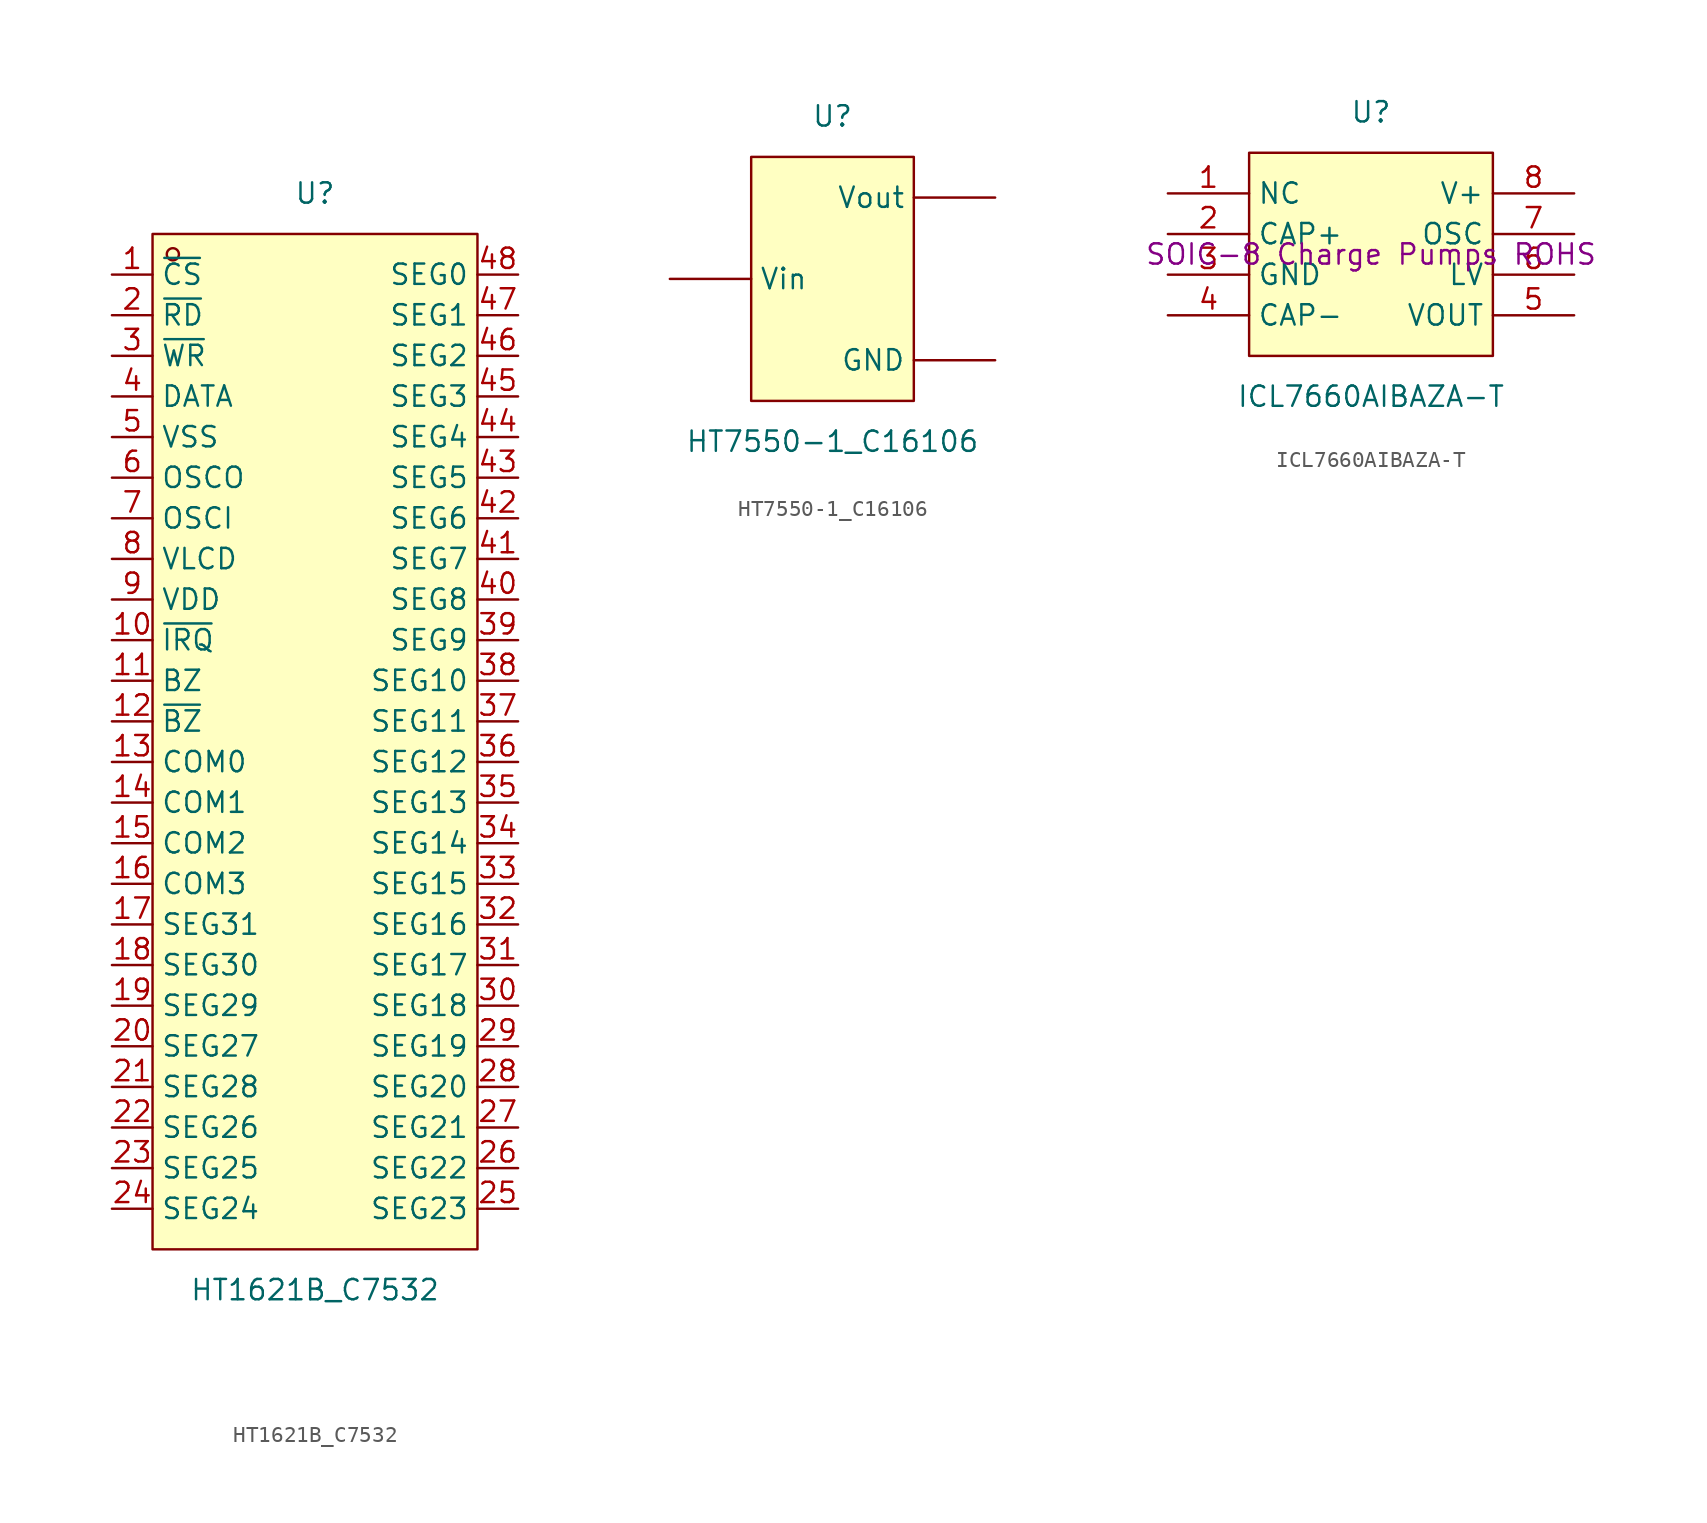
<source format=kicad_sym>
(kicad_symbol_lib
  (version 20241209)
  (generator "kicad_symbol_editor")
  (generator_version "9.0")
  (symbol "HT1621B_C7532"
    (property "Reference" "U"
      (at 0 34.29 0)
      (effects (font (size 1.27 1.27))))
    (property "Value" "HT1621B_C7532"
      (at 0 -34.29 0)
      (effects (font (size 1.27 1.27))))
    (symbol "HT1621B_C7532_0_1"
      (rectangle (start -10.16 31.75) (end 10.16 -31.75) (stroke (width 0) (type default)) (fill (type background)))
      (circle (center -8.89 30.48) (radius 0.38) (stroke (width 0) (type default)) (fill (type none)))
      (pin unspecified line (at -12.7 29.21 0) (length 2.54) (name "~{CS}" (effects (font (size 1.27 1.27)))) (number "1" (effects (font (size 1.27 1.27)))))
      (pin unspecified line (at -12.7 26.67 0) (length 2.54) (name "~{RD}" (effects (font (size 1.27 1.27)))) (number "2" (effects (font (size 1.27 1.27)))))
      (pin unspecified line (at -12.7 24.13 0) (length 2.54) (name "~{WR}" (effects (font (size 1.27 1.27)))) (number "3" (effects (font (size 1.27 1.27)))))
      (pin unspecified line (at -12.7 21.59 0) (length 2.54) (name "DATA" (effects (font (size 1.27 1.27)))) (number "4" (effects (font (size 1.27 1.27)))))
      (pin unspecified line (at -12.7 19.05 0) (length 2.54) (name "VSS" (effects (font (size 1.27 1.27)))) (number "5" (effects (font (size 1.27 1.27)))))
      (pin unspecified line (at -12.7 16.51 0) (length 2.54) (name "OSCO" (effects (font (size 1.27 1.27)))) (number "6" (effects (font (size 1.27 1.27)))))
      (pin unspecified line (at -12.7 13.97 0) (length 2.54) (name "OSCI" (effects (font (size 1.27 1.27)))) (number "7" (effects (font (size 1.27 1.27)))))
      (pin unspecified line (at -12.7 11.43 0) (length 2.54) (name "VLCD" (effects (font (size 1.27 1.27)))) (number "8" (effects (font (size 1.27 1.27)))))
      (pin unspecified line (at -12.7 8.89 0) (length 2.54) (name "VDD" (effects (font (size 1.27 1.27)))) (number "9" (effects (font (size 1.27 1.27)))))
      (pin unspecified line (at -12.7 6.35 0) (length 2.54) (name "~{IRQ}" (effects (font (size 1.27 1.27)))) (number "10" (effects (font (size 1.27 1.27)))))
      (pin unspecified line (at -12.7 3.81 0) (length 2.54) (name "BZ" (effects (font (size 1.27 1.27)))) (number "11" (effects (font (size 1.27 1.27)))))
      (pin unspecified line (at -12.7 1.27 0) (length 2.54) (name "~{BZ}" (effects (font (size 1.27 1.27)))) (number "12" (effects (font (size 1.27 1.27)))))
      (pin unspecified line (at -12.7 -1.27 0) (length 2.54) (name "COM0" (effects (font (size 1.27 1.27)))) (number "13" (effects (font (size 1.27 1.27)))))
      (pin unspecified line (at -12.7 -3.81 0) (length 2.54) (name "COM1" (effects (font (size 1.27 1.27)))) (number "14" (effects (font (size 1.27 1.27)))))
      (pin unspecified line (at -12.7 -6.35 0) (length 2.54) (name "COM2" (effects (font (size 1.27 1.27)))) (number "15" (effects (font (size 1.27 1.27)))))
      (pin unspecified line (at -12.7 -8.89 0) (length 2.54) (name "COM3" (effects (font (size 1.27 1.27)))) (number "16" (effects (font (size 1.27 1.27)))))
      (pin unspecified line (at -12.7 -11.43 0) (length 2.54) (name "SEG31" (effects (font (size 1.27 1.27)))) (number "17" (effects (font (size 1.27 1.27)))))
      (pin unspecified line (at -12.7 -13.97 0) (length 2.54) (name "SEG30" (effects (font (size 1.27 1.27)))) (number "18" (effects (font (size 1.27 1.27)))))
      (pin unspecified line (at -12.7 -16.51 0) (length 2.54) (name "SEG29" (effects (font (size 1.27 1.27)))) (number "19" (effects (font (size 1.27 1.27)))))
      (pin unspecified line (at -12.7 -19.05 0) (length 2.54) (name "SEG27" (effects (font (size 1.27 1.27)))) (number "20" (effects (font (size 1.27 1.27)))))
      (pin unspecified line (at -12.7 -21.59 0) (length 2.54) (name "SEG28" (effects (font (size 1.27 1.27)))) (number "21" (effects (font (size 1.27 1.27)))))
      (pin unspecified line (at -12.7 -24.13 0) (length 2.54) (name "SEG26" (effects (font (size 1.27 1.27)))) (number "22" (effects (font (size 1.27 1.27)))))
      (pin unspecified line (at -12.7 -26.67 0) (length 2.54) (name "SEG25" (effects (font (size 1.27 1.27)))) (number "23" (effects (font (size 1.27 1.27)))))
      (pin unspecified line (at -12.7 -29.21 0) (length 2.54) (name "SEG24" (effects (font (size 1.27 1.27)))) (number "24" (effects (font (size 1.27 1.27)))))
      (pin unspecified line (at 12.7 29.21 180) (length 2.54) (name "SEG0" (effects (font (size 1.27 1.27)))) (number "48" (effects (font (size 1.27 1.27)))))
      (pin unspecified line (at 12.7 26.67 180) (length 2.54) (name "SEG1" (effects (font (size 1.27 1.27)))) (number "47" (effects (font (size 1.27 1.27)))))
      (pin unspecified line (at 12.7 24.13 180) (length 2.54) (name "SEG2" (effects (font (size 1.27 1.27)))) (number "46" (effects (font (size 1.27 1.27)))))
      (pin unspecified line (at 12.7 21.59 180) (length 2.54) (name "SEG3" (effects (font (size 1.27 1.27)))) (number "45" (effects (font (size 1.27 1.27)))))
      (pin unspecified line (at 12.7 19.05 180) (length 2.54) (name "SEG4" (effects (font (size 1.27 1.27)))) (number "44" (effects (font (size 1.27 1.27)))))
      (pin unspecified line (at 12.7 16.51 180) (length 2.54) (name "SEG5" (effects (font (size 1.27 1.27)))) (number "43" (effects (font (size 1.27 1.27)))))
      (pin unspecified line (at 12.7 13.97 180) (length 2.54) (name "SEG6" (effects (font (size 1.27 1.27)))) (number "42" (effects (font (size 1.27 1.27)))))
      (pin unspecified line (at 12.7 11.43 180) (length 2.54) (name "SEG7" (effects (font (size 1.27 1.27)))) (number "41" (effects (font (size 1.27 1.27)))))
      (pin unspecified line (at 12.7 8.89 180) (length 2.54) (name "SEG8" (effects (font (size 1.27 1.27)))) (number "40" (effects (font (size 1.27 1.27)))))
      (pin unspecified line (at 12.7 6.35 180) (length 2.54) (name "SEG9" (effects (font (size 1.27 1.27)))) (number "39" (effects (font (size 1.27 1.27)))))
      (pin unspecified line (at 12.7 3.81 180) (length 2.54) (name "SEG10" (effects (font (size 1.27 1.27)))) (number "38" (effects (font (size 1.27 1.27)))))
      (pin unspecified line (at 12.7 1.27 180) (length 2.54) (name "SEG11" (effects (font (size 1.27 1.27)))) (number "37" (effects (font (size 1.27 1.27)))))
      (pin unspecified line (at 12.7 -1.27 180) (length 2.54) (name "SEG12" (effects (font (size 1.27 1.27)))) (number "36" (effects (font (size 1.27 1.27)))))
      (pin unspecified line (at 12.7 -3.81 180) (length 2.54) (name "SEG13" (effects (font (size 1.27 1.27)))) (number "35" (effects (font (size 1.27 1.27)))))
      (pin unspecified line (at 12.7 -6.35 180) (length 2.54) (name "SEG14" (effects (font (size 1.27 1.27)))) (number "34" (effects (font (size 1.27 1.27)))))
      (pin unspecified line (at 12.7 -8.89 180) (length 2.54) (name "SEG15" (effects (font (size 1.27 1.27)))) (number "33" (effects (font (size 1.27 1.27)))))
      (pin unspecified line (at 12.7 -11.43 180) (length 2.54) (name "SEG16" (effects (font (size 1.27 1.27)))) (number "32" (effects (font (size 1.27 1.27)))))
      (pin unspecified line (at 12.7 -13.97 180) (length 2.54) (name "SEG17" (effects (font (size 1.27 1.27)))) (number "31" (effects (font (size 1.27 1.27)))))
      (pin unspecified line (at 12.7 -16.51 180) (length 2.54) (name "SEG18" (effects (font (size 1.27 1.27)))) (number "30" (effects (font (size 1.27 1.27)))))
      (pin unspecified line (at 12.7 -19.05 180) (length 2.54) (name "SEG19" (effects (font (size 1.27 1.27)))) (number "29" (effects (font (size 1.27 1.27)))))
      (pin unspecified line (at 12.7 -21.59 180) (length 2.54) (name "SEG20" (effects (font (size 1.27 1.27)))) (number "28" (effects (font (size 1.27 1.27)))))
      (pin unspecified line (at 12.7 -24.13 180) (length 2.54) (name "SEG21" (effects (font (size 1.27 1.27)))) (number "27" (effects (font (size 1.27 1.27)))))
      (pin unspecified line (at 12.7 -26.67 180) (length 2.54) (name "SEG22" (effects (font (size 1.27 1.27)))) (number "26" (effects (font (size 1.27 1.27)))))
      (pin unspecified line (at 12.7 -29.21 180) (length 2.54) (name "SEG23" (effects (font (size 1.27 1.27)))) (number "25" (effects (font (size 1.27 1.27)))))))
  (symbol "HT7550-1_C16106"
    (pin_numbers
      (hide yes))
    (property "Reference" "U"
      (at 0 10.16 0)
      (effects (font (size 1.27 1.27))))
    (property "Value" "HT7550-1_C16106"
      (at 0 -10.16 0)
      (effects (font (size 1.27 1.27))))
    (symbol "HT7550-1_C16106_0_1"
      (rectangle (start -5.08 7.62) (end 5.08 -7.62) (stroke (width 0) (type default)) (fill (type background)))
      (pin unspecified line (at -10.16 0 0) (length 5.08) (name "Vin" (effects (font (size 1.27 1.27)))) (number "2" (effects (font (size 1.27 1.27)))))
      (pin unspecified line (at 10.16 5.08 180) (length 5.08) (name "Vout" (effects (font (size 1.27 1.27)))) (number "3" (effects (font (size 1.27 1.27)))))
      (pin unspecified line (at 10.16 -5.08 180) (length 5.08) (name "GND" (effects (font (size 1.27 1.27)))) (number "1" (effects (font (size 1.27 1.27)))))))
  (symbol "ICL7660AIBAZA-T"
    (property "Reference" "U"
      (at 0 8.89 0)
      (effects (font (size 1.27 1.27))))
    (property "Value" "ICL7660AIBAZA-T"
      (at 0 -8.89 0)
      (effects (font (size 1.27 1.27))))
    (property "Description" "SOIC-8 Charge Pumps ROHS"
      (at 0 0 0)
      (effects (font (size 1.27 1.27))))
    (symbol "ICL7660AIBAZA-T_0_1"
      (rectangle (start -7.62 6.35) (end 7.62 -6.35) (stroke (width 0) (type default)) (fill (type background)))
      (pin unspecified line (at -12.7 3.81 0) (length 5.08) (name "NC" (effects (font (size 1.27 1.27)))) (number "1" (effects (font (size 1.27 1.27)))))
      (pin unspecified line (at -12.7 1.27 0) (length 5.08) (name "CAP+" (effects (font (size 1.27 1.27)))) (number "2" (effects (font (size 1.27 1.27)))))
      (pin unspecified line (at -12.7 -1.27 0) (length 5.08) (name "GND" (effects (font (size 1.27 1.27)))) (number "3" (effects (font (size 1.27 1.27)))))
      (pin unspecified line (at -12.7 -3.81 0) (length 5.08) (name "CAP-" (effects (font (size 1.27 1.27)))) (number "4" (effects (font (size 1.27 1.27)))))
      (pin unspecified line (at 12.7 3.81 180) (length 5.08) (name "V+" (effects (font (size 1.27 1.27)))) (number "8" (effects (font (size 1.27 1.27)))))
      (pin unspecified line (at 12.7 1.27 180) (length 5.08) (name "OSC" (effects (font (size 1.27 1.27)))) (number "7" (effects (font (size 1.27 1.27)))))
      (pin unspecified line (at 12.7 -1.27 180) (length 5.08) (name "LV" (effects (font (size 1.27 1.27)))) (number "6" (effects (font (size 1.27 1.27)))))
      (pin unspecified line (at 12.7 -3.81 180) (length 5.08) (name "VOUT" (effects (font (size 1.27 1.27)))) (number "5" (effects (font (size 1.27 1.27))))))))
</source>
